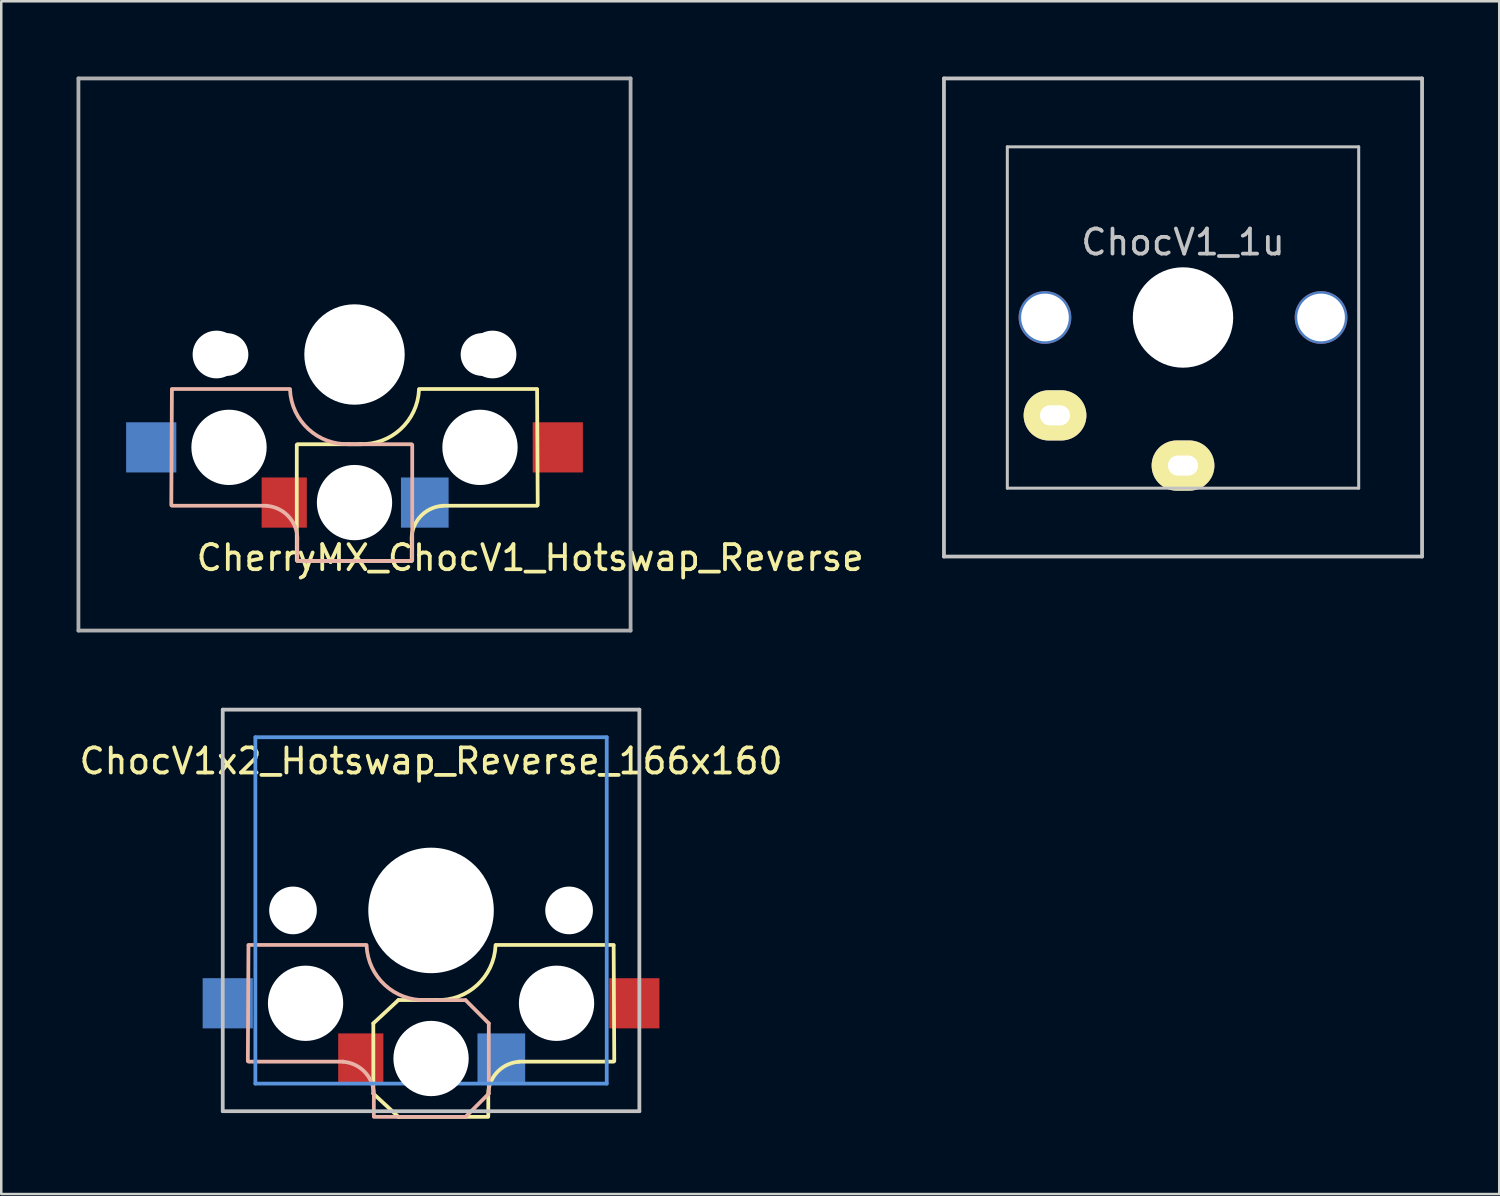
<source format=kicad_pcb>
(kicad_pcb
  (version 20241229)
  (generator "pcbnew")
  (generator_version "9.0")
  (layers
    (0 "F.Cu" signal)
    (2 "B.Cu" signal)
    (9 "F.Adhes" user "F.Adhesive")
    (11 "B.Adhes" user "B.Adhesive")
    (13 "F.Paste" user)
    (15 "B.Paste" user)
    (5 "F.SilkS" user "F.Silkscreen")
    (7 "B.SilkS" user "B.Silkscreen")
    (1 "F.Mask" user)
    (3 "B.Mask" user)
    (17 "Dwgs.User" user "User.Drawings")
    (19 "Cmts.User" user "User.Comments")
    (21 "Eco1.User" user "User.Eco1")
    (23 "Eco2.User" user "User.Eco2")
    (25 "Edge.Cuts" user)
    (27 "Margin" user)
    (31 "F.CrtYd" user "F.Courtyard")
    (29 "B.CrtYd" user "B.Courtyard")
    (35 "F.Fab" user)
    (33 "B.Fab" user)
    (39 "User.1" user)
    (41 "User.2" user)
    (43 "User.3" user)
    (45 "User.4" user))
  (footprint "ChocV1_1u"
    (layer "F.Cu")
    (at 44.086 9.6)
    (property "Reference" "ChocV1_1u" (at 0 -3 180) (layer "Dwgs.User") (effects (font (size 1 1) (thickness 0.15))))
    (attr through_hole)
    (fp_line (start -9.525 -9.525) (end 9.525 -9.525) (stroke (width 0.15) (type solid)) (layer "Dwgs.User"))
    (fp_line (start -9.525 9.525) (end -9.525 -9.525) (stroke (width 0.15) (type solid)) (layer "Dwgs.User"))
    (fp_line (start -7 -6.8) (end -7 6.8) (stroke (width 0.12) (type solid)) (layer "Dwgs.User"))
    (fp_line (start -7 -6.8) (end 7 -6.8) (stroke (width 0.12) (type solid)) (layer "Dwgs.User"))
    (fp_line (start -7 6.8) (end 7 6.8) (stroke (width 0.12) (type solid)) (layer "Dwgs.User"))
    (fp_line (start 7 -6.8) (end 7 6.8) (stroke (width 0.12) (type solid)) (layer "Dwgs.User"))
    (fp_line (start 9.525 -9.525) (end 9.525 9.525) (stroke (width 0.15) (type solid)) (layer "Dwgs.User"))
    (fp_line (start 9.525 9.525) (end -9.525 9.525) (stroke (width 0.15) (type solid)) (layer "Dwgs.User"))
    (pad "" np_thru_hole circle (at -5.5 0 90) (size 2.1 2.1) (drill 1.9) (layers "*.Cu" "*.Mask"))
    (pad "" np_thru_hole circle (at 0 0 90) (size 4 4) (drill 4) (layers "*.Cu" "*.Mask"))
    (pad "" np_thru_hole circle (at 5.5 0 90) (size 2.1 2.1) (drill 1.9) (layers "*.Cu" "*.Mask"))
    (pad "1" thru_hole oval (at -5.1 3.9) (size 2.5 2) (drill oval 1.2 0.8) (layers "*.Cu" "B.Mask" "F.SilkS"))
    (pad "2" thru_hole oval (at 0 5.9) (size 2.5 2) (drill oval 1.2 0.8) (layers "*.Cu" "B.Mask" "F.SilkS")))
  (footprint "ChocV1x2_Hotswap_Reverse_166x160"
    (layer "F.Cu")
    (at 14.125 33.225)
    (property "Reference" "ChocV1x2_Hotswap_Reverse_166x160" (at 0 -5.95 0) (layer "F.SilkS") (effects (font (size 1 1) (thickness 0.15))))
    (attr through_hole)
    (fp_line (start -2.3 4.5) (end -2.3 7.3) (stroke (width 0.15) (type solid)) (layer "F.SilkS"))
    (fp_line (start -2.3 4.5) (end -1.3 3.57) (stroke (width 0.15) (type solid)) (layer "F.SilkS"))
    (fp_line (start -2.3 7.3) (end -1.3 8.225) (stroke (width 0.15) (type solid)) (layer "F.SilkS"))
    (fp_line (start -1.3 3.57) (end 0.2 3.57) (stroke (width 0.15) (type solid)) (layer "F.SilkS"))
    (fp_line (start -1.3 8.225) (end 2.275 8.225) (stroke (width 0.15) (type solid)) (layer "F.SilkS"))
    (fp_line (start 2.28 7.5) (end 2.28 8.2) (stroke (width 0.15) (type solid)) (layer "F.SilkS"))
    (fp_line (start 2.575 1.375) (end 7.275 1.375) (stroke (width 0.15) (type solid)) (layer "F.SilkS"))
    (fp_line (start 3.5 6.025) (end 7.275 6.025) (stroke (width 0.15) (type solid)) (layer "F.SilkS"))
    (fp_line (start 7.275 1.4) (end 7.3 6) (stroke (width 0.15) (type solid)) (layer "F.SilkS"))
    (fp_arc (start 2.28 7.45) (mid 2.595908 6.48733) (end 3.5 6.03) (stroke (width 0.15) (type solid)) (layer "F.SilkS"))
    (fp_arc (start 2.57 1.4) (mid 1.834422 2.975843) (end 0.2 3.57) (stroke (width 0.15) (type solid)) (layer "F.SilkS"))
    (fp_line (start -7.275 1.4) (end -7.3 6) (stroke (width 0.15) (type solid)) (layer "B.SilkS"))
    (fp_line (start -3.5 6.025) (end -7.275 6.025) (stroke (width 0.15) (type solid)) (layer "B.SilkS"))
    (fp_line (start -2.575 1.375) (end -7.275 1.375) (stroke (width 0.15) (type solid)) (layer "B.SilkS"))
    (fp_line (start -2.28 7.5) (end -2.28 8.2) (stroke (width 0.15) (type solid)) (layer "B.SilkS"))
    (fp_line (start 1.375 3.575) (end -0.275 3.575) (stroke (width 0.15) (type solid)) (layer "B.SilkS"))
    (fp_line (start 1.375 8.225) (end -2.275 8.225) (stroke (width 0.15) (type solid)) (layer "B.SilkS"))
    (fp_line (start 1.375 8.225) (end 2.3 7.3) (stroke (width 0.15) (type solid)) (layer "B.SilkS"))
    (fp_line (start 2.3 4.5) (end 1.375 3.575) (stroke (width 0.15) (type solid)) (layer "B.SilkS"))
    (fp_line (start 2.3 4.5) (end 2.3 7.3) (stroke (width 0.15) (type solid)) (layer "B.SilkS"))
    (fp_arc (start -3.5 6.03) (mid -2.595908 6.48733) (end -2.28 7.45) (stroke (width 0.15) (type solid)) (layer "B.SilkS"))
    (fp_arc (start -0.2 3.57) (mid -1.834422 2.975843) (end -2.57 1.4) (stroke (width 0.15) (type solid)) (layer "B.SilkS"))
    (fp_line (start -8.3 -8) (end 8.3 -8) (stroke (width 0.15) (type solid)) (layer "Dwgs.User"))
    (fp_line (start -8.3 8) (end -8.3 -8) (stroke (width 0.15) (type solid)) (layer "Dwgs.User"))
    (fp_line (start 8.3 -8) (end 8.3 8) (stroke (width 0.15) (type solid)) (layer "Dwgs.User"))
    (fp_line (start 8.3 8) (end -8.3 8) (stroke (width 0.15) (type solid)) (layer "Dwgs.User"))
    (fp_line (start -7 -6.9) (end 7 -6.9) (stroke (width 0.15) (type solid)) (layer "Cmts.User"))
    (fp_line (start -7 6.9) (end -7 -6.9) (stroke (width 0.15) (type solid)) (layer "Cmts.User"))
    (fp_line (start 7 -6.9) (end 7 6.9) (stroke (width 0.15) (type solid)) (layer "Cmts.User"))
    (fp_line (start 7 6.9) (end -7 6.9) (stroke (width 0.15) (type solid)) (layer "Cmts.User"))
    (pad "" np_thru_hole circle (at -5.5 0 90) (size 1.9 1.9) (drill 1.9) (layers "*.Cu" "*.Mask"))
    (pad "" np_thru_hole circle (at -5 3.7 90) (size 3 3) (drill 3) (layers "*.Cu" "*.Mask"))
    (pad "" np_thru_hole circle (at 0 0 90) (size 5 5) (drill 5) (layers "*.Cu" "*.Mask"))
    (pad "" np_thru_hole circle (at 0 5.9 90) (size 3 3) (drill 3) (layers "*.Cu" "*.Mask"))
    (pad "" np_thru_hole circle (at 5 3.7 270) (size 3 3) (drill 3) (layers "*.Cu" "*.Mask"))
    (pad "" np_thru_hole circle (at 5.5 0 90) (size 1.9 1.9) (drill 1.9) (layers "*.Cu" "*.Mask"))
    (pad "1" smd rect (at -8.1 3.7 180) (size 2 2) (layers "B.Cu" "B.Mask" "B.Paste"))
    (pad "1" smd rect (at 8.1 3.7 180) (size 2 2) (layers "F.Cu" "F.Mask" "F.Paste"))
    (pad "2" smd rect (at -2.8 5.9 180) (size 1.8 2) (layers "F.Cu" "F.Mask" "F.Paste"))
    (pad "2" smd rect (at 2.8 5.9 180) (size 1.9 2) (layers "B.Cu" "B.Mask" "B.Paste")))
  (footprint "CherryMX_ChocV1_Hotswap_Reverse"
    (layer "F.Cu")
    (at 11.075 11.075)
    (property "Reference" "CherryMX_ChocV1_Hotswap_Reverse" (at 7 8.1 0) (layer "F.SilkS") (effects (font (size 1 1) (thickness 0.15))))
    (attr through_hole)
    (fp_line (start -2.3 3.6) (end -2.3 8.2) (stroke (width 0.15) (type solid)) (layer "F.SilkS"))
    (fp_line (start -2.275 3.575) (end 0.275 3.575) (stroke (width 0.15) (type solid)) (layer "F.SilkS"))
    (fp_line (start -2.275 8.225) (end 2.275 8.225) (stroke (width 0.15) (type solid)) (layer "F.SilkS"))
    (fp_line (start 2.28 7.5) (end 2.28 8.2) (stroke (width 0.15) (type solid)) (layer "F.SilkS"))
    (fp_line (start 2.575 1.375) (end 7.275 1.375) (stroke (width 0.15) (type solid)) (layer "F.SilkS"))
    (fp_line (start 3.5 6.025) (end 7.275 6.025) (stroke (width 0.15) (type solid)) (layer "F.SilkS"))
    (fp_line (start 7.275 1.4) (end 7.3 6) (stroke (width 0.15) (type solid)) (layer "F.SilkS"))
    (fp_arc (start 2.28 7.45) (mid 2.595908 6.48733) (end 3.5 6.03) (stroke (width 0.15) (type solid)) (layer "F.SilkS"))
    (fp_arc (start 2.57 1.4) (mid 1.834422 2.975843) (end 0.2 3.57) (stroke (width 0.15) (type solid)) (layer "F.SilkS"))
    (fp_line (start -7.275 1.4) (end -7.3 6) (stroke (width 0.15) (type solid)) (layer "B.SilkS"))
    (fp_line (start -3.5 6.025) (end -7.275 6.025) (stroke (width 0.15) (type solid)) (layer "B.SilkS"))
    (fp_line (start -2.575 1.375) (end -7.275 1.375) (stroke (width 0.15) (type solid)) (layer "B.SilkS"))
    (fp_line (start -2.28 7.5) (end -2.28 8.2) (stroke (width 0.15) (type solid)) (layer "B.SilkS"))
    (fp_line (start 2.275 3.575) (end -0.275 3.575) (stroke (width 0.15) (type solid)) (layer "B.SilkS"))
    (fp_line (start 2.275 8.225) (end -2.275 8.225) (stroke (width 0.15) (type solid)) (layer "B.SilkS"))
    (fp_line (start 2.3 3.6) (end 2.3 8.2) (stroke (width 0.15) (type solid)) (layer "B.SilkS"))
    (fp_arc (start -3.5 6.03) (mid -2.595908 6.48733) (end -2.28 7.45) (stroke (width 0.15) (type solid)) (layer "B.SilkS"))
    (fp_arc (start -0.2 3.57) (mid -1.834422 2.975843) (end -2.57 1.4) (stroke (width 0.15) (type solid)) (layer "B.SilkS"))
    (fp_line (start -9 -9) (end 9 -9) (stroke (width 0.15) (type solid)) (layer "Eco2.User"))
    (fp_line (start -9 9) (end -9 -9) (stroke (width 0.15) (type solid)) (layer "Eco2.User"))
    (fp_line (start -7 -7) (end 7 -7) (stroke (width 0.15) (type solid)) (layer "Eco2.User"))
    (fp_line (start -7 7) (end -7 -7) (stroke (width 0.15) (type solid)) (layer "Eco2.User"))
    (fp_line (start 7 -7) (end 7 7) (stroke (width 0.15) (type solid)) (layer "Eco2.User"))
    (fp_line (start 7 7) (end -7 7) (stroke (width 0.15) (type solid)) (layer "Eco2.User"))
    (fp_line (start 9 -9) (end 9 9) (stroke (width 0.15) (type solid)) (layer "Eco2.User"))
    (fp_line (start 9 9) (end -9 9) (stroke (width 0.15) (type solid)) (layer "Eco2.User"))
    (fp_line (start -11 -11) (end -11 11) (stroke (width 0.15) (type solid)) (layer "F.Fab"))
    (fp_line (start -11 11) (end 11 11) (stroke (width 0.15) (type solid)) (layer "F.Fab"))
    (fp_line (start 11 -11) (end -11 -11) (stroke (width 0.15) (type solid)) (layer "F.Fab"))
    (fp_line (start 11 11) (end 11 -11) (stroke (width 0.15) (type solid)) (layer "F.Fab"))
    (pad "" np_thru_hole circle (at -5.5 0 90) (size 1.9 1.9) (drill 1.9) (layers "*.Cu" "*.Mask"))
    (pad "" np_thru_hole circle (at -5.08 0) (size 1.7 1.7) (drill 1.7) (layers "*.Cu" "*.Mask"))
    (pad "" np_thru_hole circle (at -5 3.7 90) (size 3 3) (drill 3) (layers "*.Cu" "*.Mask"))
    (pad "" np_thru_hole circle (at 0 0 90) (size 4 4) (drill 4) (layers "*.Cu" "*.Mask"))
    (pad "" np_thru_hole circle (at 0 5.9 90) (size 3 3) (drill 3) (layers "*.Cu" "*.Mask"))
    (pad "" np_thru_hole circle (at 5 3.7 270) (size 3 3) (drill 3) (layers "*.Cu" "*.Mask"))
    (pad "" np_thru_hole circle (at 5.08 0) (size 1.7 1.7) (drill 1.7) (layers "*.Cu" "*.Mask"))
    (pad "" np_thru_hole circle (at 5.5 0 90) (size 1.9 1.9) (drill 1.9) (layers "*.Cu" "*.Mask"))
    (pad "1" smd rect (at -8.1 3.7 180) (size 2 2) (layers "B.Cu" "B.Mask" "B.Paste"))
    (pad "1" smd rect (at 8.1 3.7 180) (size 2 2) (layers "F.Cu" "F.Mask" "F.Paste"))
    (pad "2" smd rect (at -2.8 5.9 180) (size 1.8 2) (layers "F.Cu" "F.Mask" "F.Paste"))
    (pad "2" smd rect (at 2.8 5.9 180) (size 1.9 2) (layers "B.Cu" "B.Mask" "B.Paste")))
  (gr_rect
    (start -3 -3)
    (end 56.686 44.525)
    (stroke (width 0.1) (type default))
    (fill no)
    (layer "Edge.Cuts")))
</source>
